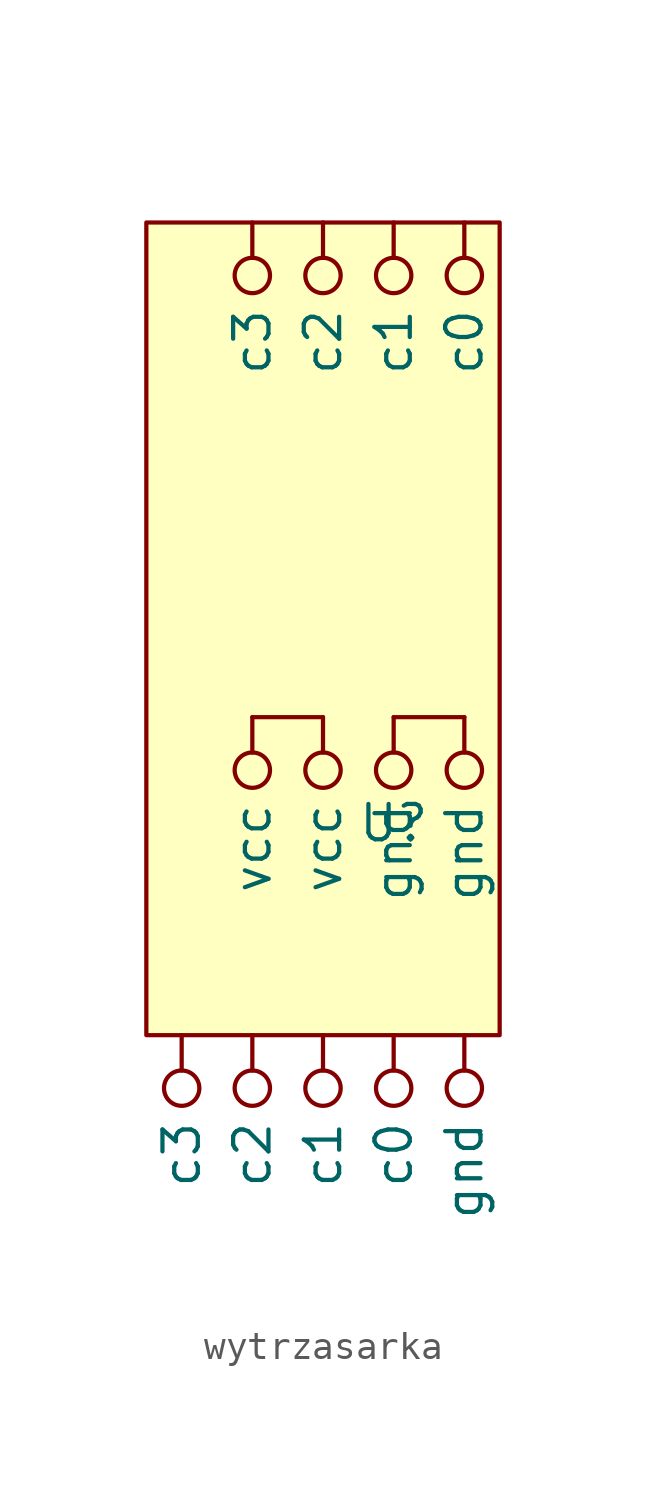
<source format=kicad_sym>
(kicad_symbol_lib
  (version 20231120)
  (generator "kicad_symbol_editor")
  (generator_version "8.0")
  (symbol "wytrzasarka"
    (property "Reference" "U"
      (at 0 0 0)
      (effects (font (size 1.27 1.27))))
    (property "Value" ""
      (at 0 0 0)
      (effects (font (size 1.27 1.27))))
    (symbol "wytrzasarka_0_1"
      (rectangle (start -8.89 21.59) (end 3.81 -7.62) (stroke (width 0) (type default)) (fill (type background)))
      (polyline (pts (xy -5.08 3.81) (xy -2.54 3.81)) (stroke (width 0) (type default)) (fill (type none)))
      (polyline (pts (xy 0 3.81) (xy 2.54 3.81)) (stroke (width 0) (type default)) (fill (type none))))
    (symbol "wytrzasarka_1_1"
      (pin input inverted (at 0 -7.62 270) (length 2.54) (name "c0" (effects (font (size 1.27 1.27)))) (number "" (effects (font (size 1.27 1.27)))))
      (pin power_out inverted (at 2.54 21.59 270) (length 2.54) (name "c0" (effects (font (size 1.27 1.27)))) (number "" (effects (font (size 1.27 1.27)))))
      (pin input inverted (at -2.54 -7.62 270) (length 2.54) (name "c1" (effects (font (size 1.27 1.27)))) (number "" (effects (font (size 1.27 1.27)))))
      (pin power_out inverted (at 0 21.59 270) (length 2.54) (name "c1" (effects (font (size 1.27 1.27)))) (number "" (effects (font (size 1.27 1.27)))))
      (pin input inverted (at -5.08 -7.62 270) (length 2.54) (name "c2" (effects (font (size 1.27 1.27)))) (number "" (effects (font (size 1.27 1.27)))))
      (pin power_out inverted (at -2.54 21.59 270) (length 2.54) (name "c2" (effects (font (size 1.27 1.27)))) (number "" (effects (font (size 1.27 1.27)))))
      (pin input inverted (at -7.62 -7.62 270) (length 2.54) (name "c3" (effects (font (size 1.27 1.27)))) (number "" (effects (font (size 1.27 1.27)))))
      (pin power_out inverted (at -5.08 21.59 270) (length 2.54) (name "c3" (effects (font (size 1.27 1.27)))) (number "" (effects (font (size 1.27 1.27)))))
      (pin power_in inverted (at 0 3.81 270) (length 2.54) (name "gnd" (effects (font (size 1.27 1.27)))) (number "" (effects (font (size 1.27 1.27)))))
      (pin input inverted (at 2.54 -7.62 270) (length 2.54) (name "gnd" (effects (font (size 1.27 1.27)))) (number "" (effects (font (size 1.27 1.27)))))
      (pin power_in inverted (at 2.54 3.81 270) (length 2.54) (name "gnd" (effects (font (size 1.27 1.27)))) (number "" (effects (font (size 1.27 1.27)))))
      (pin power_in inverted (at -5.08 3.81 270) (length 2.54) (name "vcc" (effects (font (size 1.27 1.27)))) (number "" (effects (font (size 1.27 1.27)))))
      (pin power_in inverted (at -2.54 3.81 270) (length 2.54) (name "vcc" (effects (font (size 1.27 1.27)))) (number "" (effects (font (size 1.27 1.27))))))))
</source>
